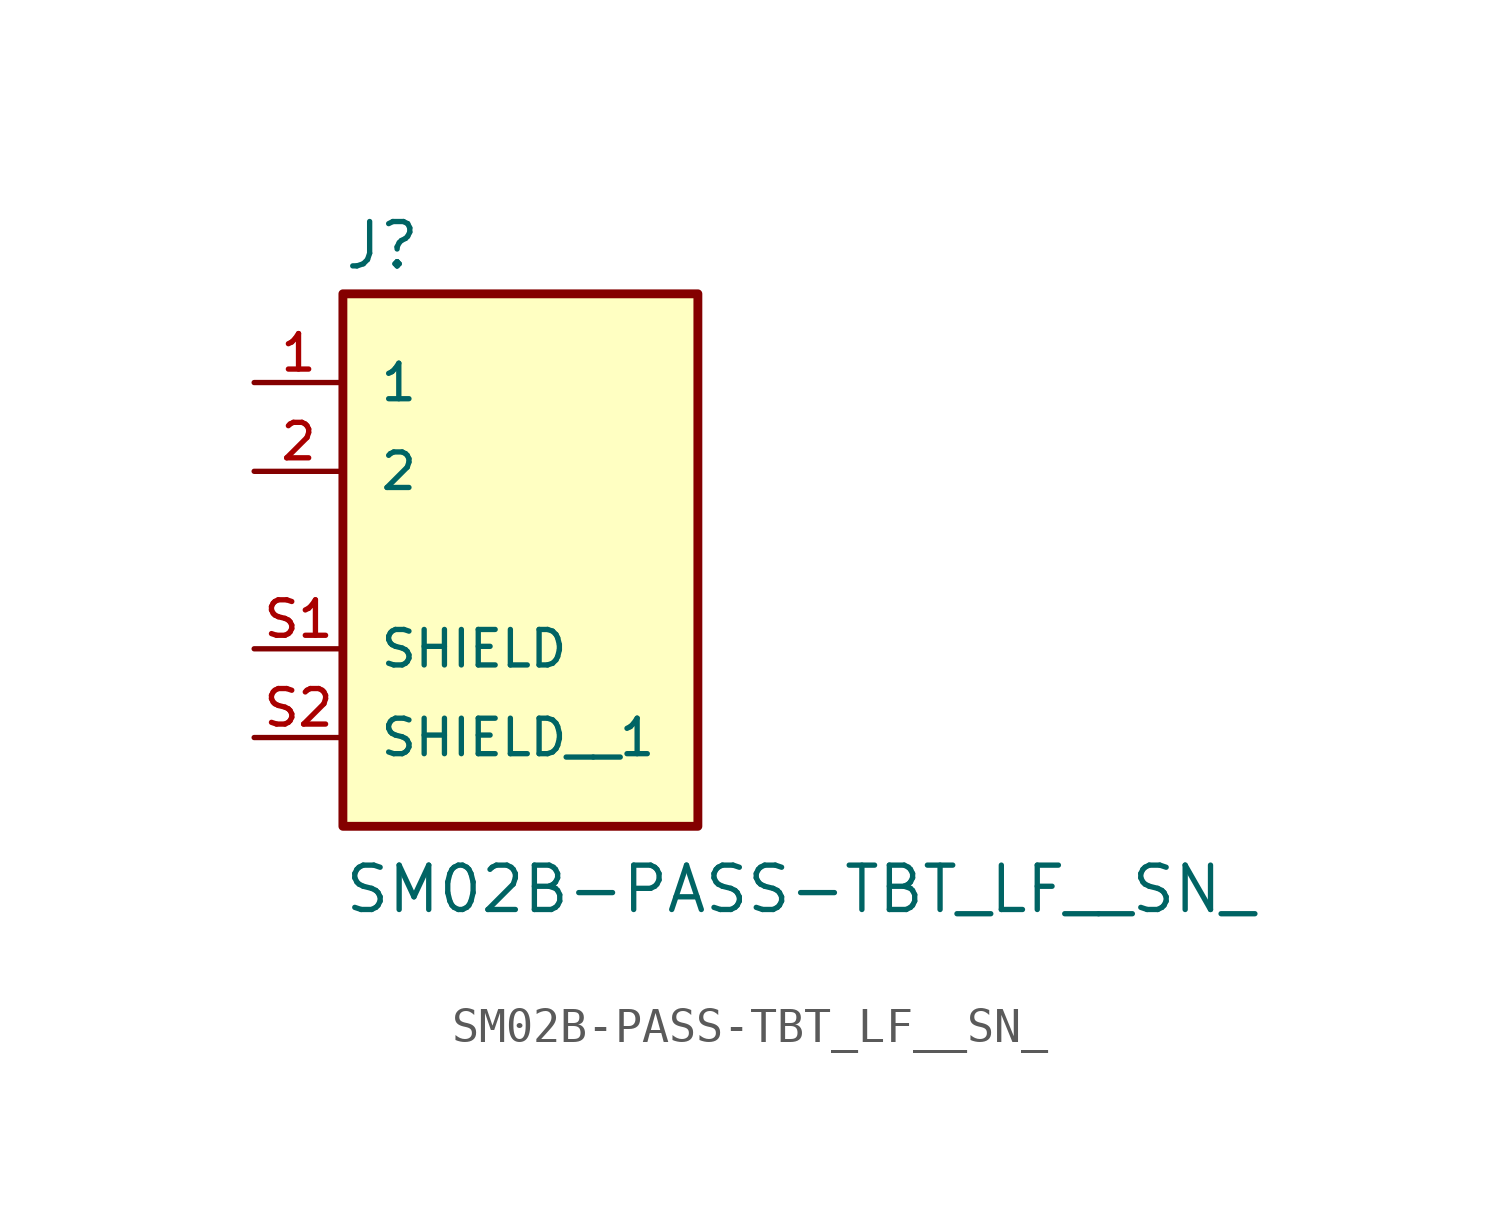
<source format=kicad_sym>
(kicad_symbol_lib
  (version 20211014)
  (generator kicad_symbol_editor)
  (symbol "SM02B-PASS-TBT_LF__SN_"
    (pin_names
      (offset 1.016))
    (property "Reference" "J"
      (at -5.08 5.716 0)
      (effects (font (size 1.27 1.27)) (justify bottom left)))
    (property "Value" "SM02B-PASS-TBT_LF__SN_"
      (at -5.082 -12.705 0)
      (effects (font (size 1.27 1.27)) (justify bottom left)))
    (symbol "SM02B-PASS-TBT_LF__SN__0_0"
      (rectangle (start -5.08 -10.16) (end 5.08 5.08) (stroke (width 0.254)) (fill (type background)))
      (pin passive line (at -7.62 2.54 0) (length 2.54) (name "1" (effects (font (size 1.016 1.016)))) (number "1" (effects (font (size 1.016 1.016)))))
      (pin passive line (at -7.62 0.0 0) (length 2.54) (name "2" (effects (font (size 1.016 1.016)))) (number "2" (effects (font (size 1.016 1.016)))))
      (pin passive line (at -7.62 -5.08 0) (length 2.54) (name "SHIELD" (effects (font (size 1.016 1.016)))) (number "S1" (effects (font (size 1.016 1.016)))))
      (pin passive line (at -7.62 -7.62 0) (length 2.54) (name "SHIELD__1" (effects (font (size 1.016 1.016)))) (number "S2" (effects (font (size 1.016 1.016))))))))
</source>
